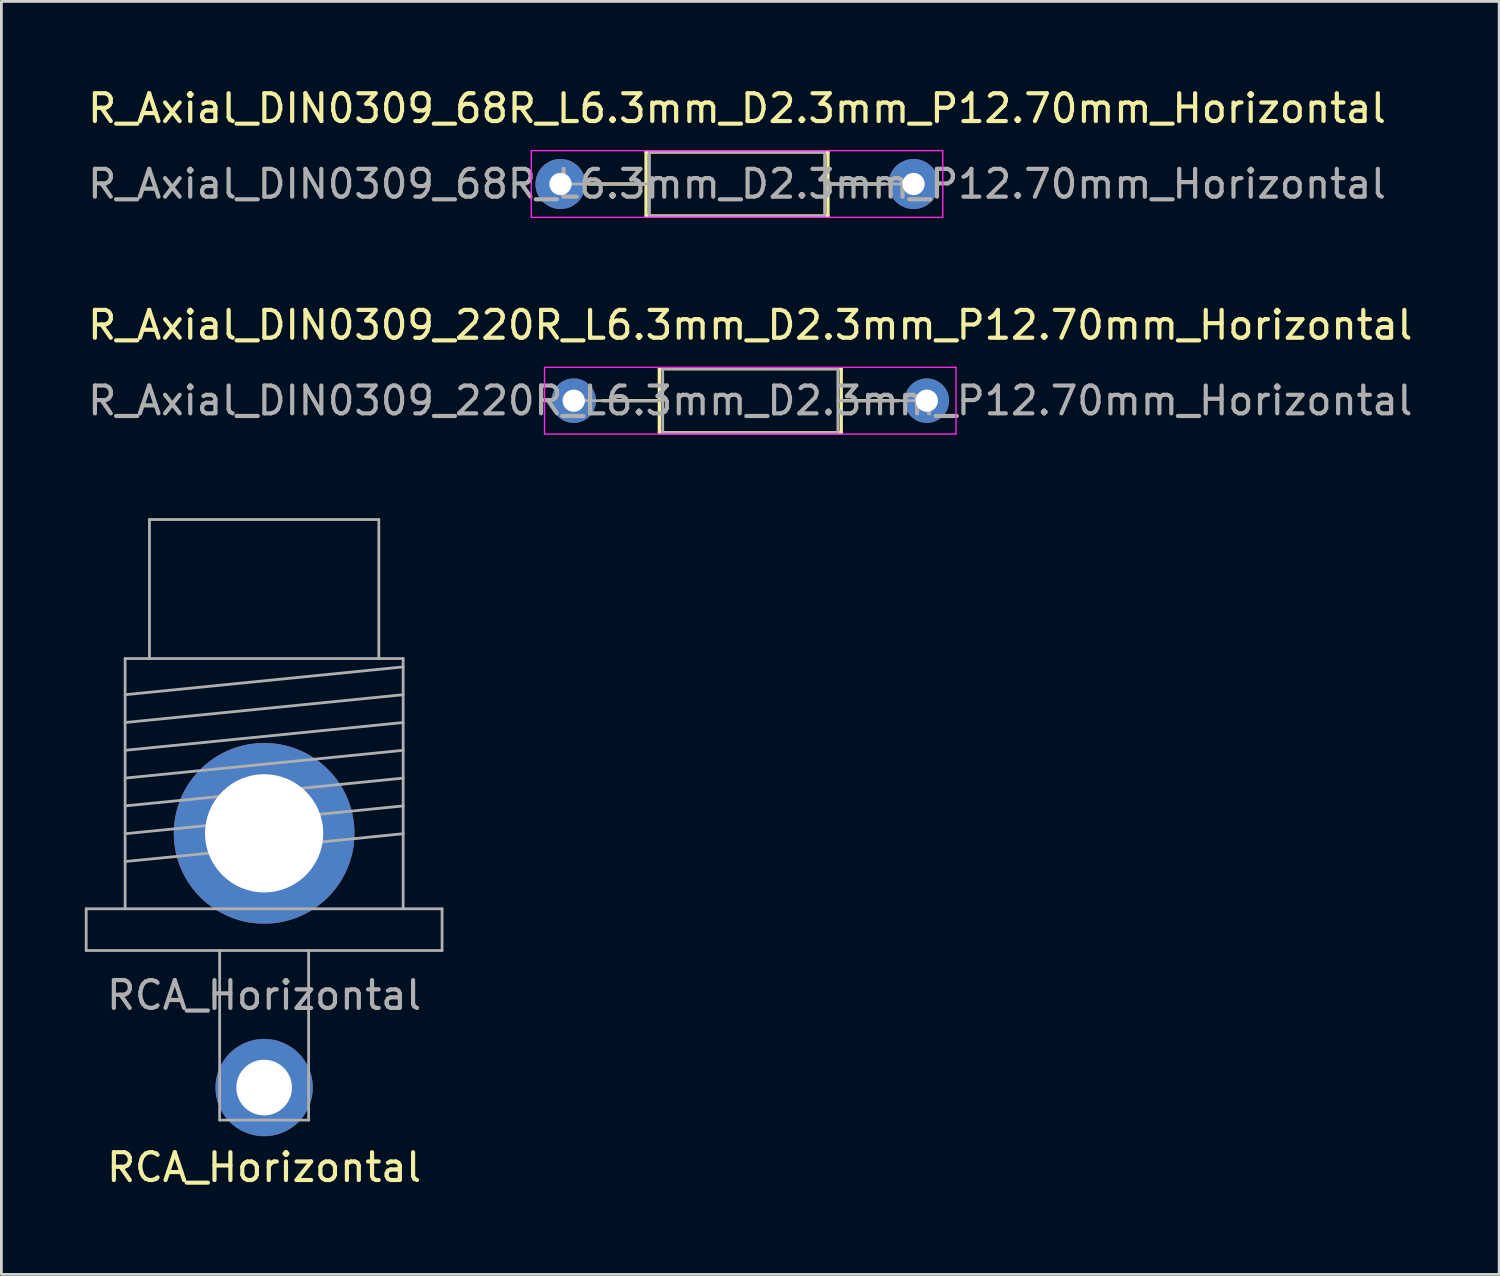
<source format=kicad_pcb>
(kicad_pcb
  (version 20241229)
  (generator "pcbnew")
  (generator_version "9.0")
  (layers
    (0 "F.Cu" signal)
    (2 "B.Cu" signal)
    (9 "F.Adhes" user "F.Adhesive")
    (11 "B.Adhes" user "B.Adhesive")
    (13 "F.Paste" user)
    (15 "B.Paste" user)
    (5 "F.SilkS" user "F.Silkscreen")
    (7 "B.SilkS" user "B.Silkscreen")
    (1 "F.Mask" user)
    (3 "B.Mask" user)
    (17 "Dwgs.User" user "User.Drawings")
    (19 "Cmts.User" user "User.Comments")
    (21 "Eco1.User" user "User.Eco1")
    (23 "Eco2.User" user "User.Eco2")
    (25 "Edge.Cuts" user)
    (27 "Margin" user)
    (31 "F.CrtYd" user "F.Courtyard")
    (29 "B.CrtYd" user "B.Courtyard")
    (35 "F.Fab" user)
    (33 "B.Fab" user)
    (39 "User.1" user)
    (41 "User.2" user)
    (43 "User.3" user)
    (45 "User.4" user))
  (footprint "R_Axial_DIN0309_68R_L6.3mm_D2.3mm_P12.70mm_Horizontal"
    (layer "F.Cu")
    (at 17.108 3.568)
    (property "Reference" "R_Axial_DIN0309_68R_L6.3mm_D2.3mm_P12.70mm_Horizontal" (at 6.35 -2.72 180) (layer "F.SilkS") (effects (font (size 1 1) (thickness 0.15))))
    (attr through_hole)
    (fp_circle (center 0 0) (end 1.1 0) (stroke (width 0) (type solid)) (fill yes) (layer "F.Mask"))
    (fp_circle (center 12.7 0) (end 13.8 0) (stroke (width 0) (type solid)) (fill yes) (layer "F.Mask"))
    (fp_circle (center 0 0) (end 1.1 0) (stroke (width 0) (type solid)) (fill yes) (layer "B.Mask"))
    (fp_circle (center 12.7 0) (end 13.8 0) (stroke (width 0) (type solid)) (fill yes) (layer "B.Mask"))
    (fp_line (start 1.04 0) (end 3.08 0) (stroke (width 0.12) (type solid)) (layer "F.SilkS"))
    (fp_line (start 3.08 -1.15) (end 3.08 1.15) (stroke (width 0.12) (type solid)) (layer "F.SilkS"))
    (fp_line (start 3.08 1.15) (end 9.62 1.15) (stroke (width 0.12) (type solid)) (layer "F.SilkS"))
    (fp_line (start 9.62 -1.15) (end 3.08 -1.15) (stroke (width 0.12) (type solid)) (layer "F.SilkS"))
    (fp_line (start 9.62 1.15) (end 9.62 -1.15) (stroke (width 0.12) (type solid)) (layer "F.SilkS"))
    (fp_line (start 11.66 0) (end 9.62 0) (stroke (width 0.12) (type solid)) (layer "F.SilkS"))
    (fp_line (start -1.05 -1.2) (end -1.05 1.2) (stroke (width 0.05) (type solid)) (layer "F.CrtYd"))
    (fp_line (start -1.05 1.2) (end 13.75 1.2) (stroke (width 0.05) (type solid)) (layer "F.CrtYd"))
    (fp_line (start 13.75 -1.2) (end -1.05 -1.2) (stroke (width 0.05) (type solid)) (layer "F.CrtYd"))
    (fp_line (start 13.75 1.2) (end 13.75 -1.2) (stroke (width 0.05) (type solid)) (layer "F.CrtYd"))
    (fp_line (start 0 0) (end 3.2 0) (stroke (width 0.1) (type solid)) (layer "F.Fab"))
    (fp_line (start 3.2 -1.15) (end 3.2 1.15) (stroke (width 0.1) (type solid)) (layer "F.Fab"))
    (fp_line (start 3.2 1.15) (end 9.5 1.15) (stroke (width 0.1) (type solid)) (layer "F.Fab"))
    (fp_line (start 9.5 -1.15) (end 3.2 -1.15) (stroke (width 0.1) (type solid)) (layer "F.Fab"))
    (fp_line (start 9.5 1.15) (end 9.5 -1.15) (stroke (width 0.1) (type solid)) (layer "F.Fab"))
    (fp_line (start 12.7 0) (end 9.5 0) (stroke (width 0.1) (type solid)) (layer "F.Fab"))
    (fp_text user "${REFERENCE}" (at 6.35 0 180) (layer "F.Fab") (effects (font (size 1 1) (thickness 0.15))))
    (pad "1" thru_hole circle (at 0 0) (size 1.8 1.8) (drill 0.8) (layers "*.Cu" "*.Mask"))
    (pad "2" thru_hole circle (at 12.7 0) (size 1.8 1.8) (drill 0.8) (layers "*.Cu" "*.Mask")))
  (footprint "RCA_Horizontal"
    (layer "F.Cu")
    (at 6.45 36.066)
    (property "Reference" "RCA_Horizontal" (at 0 2.87 0) (layer "F.SilkS") (effects (font (size 1 1) (thickness 0.15))))
    (attr through_hole)
    (fp_circle (center 0 -9.144) (end 3.6 -9.144) (stroke (width 0) (type solid)) (fill yes) (layer "F.Mask"))
    (fp_circle (center 0 0) (end 2 0) (stroke (width 0) (type solid)) (fill yes) (layer "F.Mask"))
    (fp_circle (center 0 -9.144) (end -3.6 -9.144) (stroke (width 0) (type solid)) (fill yes) (layer "B.Mask"))
    (fp_circle (center 0 0) (end -2 0) (stroke (width 0) (type solid)) (fill yes) (layer "B.Mask"))
    (fp_line (start -6.4 -6.43) (end -6.4 -4.93) (stroke (width 0.1) (type solid)) (layer "F.Fab"))
    (fp_line (start -5 -15.43) (end -5 -6.43) (stroke (width 0.1) (type solid)) (layer "F.Fab"))
    (fp_line (start -5 -14.13) (end 5 -15.13) (stroke (width 0.1) (type solid)) (layer "F.Fab"))
    (fp_line (start -5 -13.13) (end 5 -14.13) (stroke (width 0.1) (type solid)) (layer "F.Fab"))
    (fp_line (start -5 -12.13) (end 5 -13.13) (stroke (width 0.1) (type solid)) (layer "F.Fab"))
    (fp_line (start -5 -11.13) (end 5 -12.13) (stroke (width 0.1) (type solid)) (layer "F.Fab"))
    (fp_line (start -5 -10.13) (end 5 -11.13) (stroke (width 0.1) (type solid)) (layer "F.Fab"))
    (fp_line (start -5 -9.13) (end 5 -10.13) (stroke (width 0.1) (type solid)) (layer "F.Fab"))
    (fp_line (start -5 -8.13) (end 5 -9.13) (stroke (width 0.1) (type solid)) (layer "F.Fab"))
    (fp_line (start -4.125 -20.43) (end -4.125 -15.43) (stroke (width 0.1) (type solid)) (layer "F.Fab"))
    (fp_line (start -1.6 -4.93) (end -1.6 1.17) (stroke (width 0.1) (type solid)) (layer "F.Fab"))
    (fp_line (start 1.6 -4.93) (end 1.6 1.17) (stroke (width 0.1) (type solid)) (layer "F.Fab"))
    (fp_line (start 1.6 1.17) (end -1.6 1.17) (stroke (width 0.1) (type solid)) (layer "F.Fab"))
    (fp_line (start 4.125 -20.43) (end -4.125 -20.43) (stroke (width 0.1) (type solid)) (layer "F.Fab"))
    (fp_line (start 4.125 -15.43) (end 4.125 -20.43) (stroke (width 0.1) (type solid)) (layer "F.Fab"))
    (fp_line (start 5 -15.43) (end -5 -15.43) (stroke (width 0.1) (type solid)) (layer "F.Fab"))
    (fp_line (start 5 -6.43) (end 5 -15.43) (stroke (width 0.1) (type solid)) (layer "F.Fab"))
    (fp_line (start 6.4 -6.43) (end -6.4 -6.43) (stroke (width 0.1) (type solid)) (layer "F.Fab"))
    (fp_line (start 6.4 -6.43) (end 6.4 -4.93) (stroke (width 0.1) (type solid)) (layer "F.Fab"))
    (fp_line (start 6.4 -4.93) (end -6.4 -4.93) (stroke (width 0.1) (type solid)) (layer "F.Fab"))
    (fp_poly (pts (xy 0.123 -1.741) (xy 0.212 -1.734) (xy 0.3 -1.723) (xy 0.386 -1.707) (xy 0.471 -1.688) (xy 0.554 -1.664) (xy 0.635 -1.637) (xy 0.714 -1.605) (xy 0.792 -1.57) (xy 0.867 -1.532) (xy 0.941 -1.489) (xy 1.012 -1.444) (xy 1.08 -1.395) (xy 1.146 -1.343) (xy 1.21 -1.288) (xy 1.271 -1.23) (xy 1.329 -1.169) (xy 1.384 -1.106) (xy 1.436 -1.04) (xy 1.484 -0.971) (xy 1.53 -0.9) (xy 1.572 -0.827) (xy 1.611 -0.752) (xy 1.646 -0.674) (xy 1.677 -0.595) (xy 1.705 -0.513) (xy 1.728 -0.43) (xy 1.748 -0.345) (xy 1.763 -0.259) (xy 1.774 -0.172) (xy 1.781 -0.083) (xy 1.783 0.007) (xy 1.781 0.097) (xy 1.774 0.186) (xy 1.763 0.274) (xy 1.748 0.36) (xy 1.728 0.445) (xy 1.705 0.528) (xy 1.677 0.609) (xy 1.646 0.688) (xy 1.611 0.766) (xy 1.572 0.841) (xy 1.53 0.915) (xy 1.484 0.986) (xy 1.436 1.054) (xy 1.384 1.12) (xy 1.329 1.184) (xy 1.271 1.245) (xy 1.21 1.303) (xy 1.146 1.358) (xy 1.08 1.41) (xy 1.012 1.458) (xy 0.941 1.504) (xy 0.867 1.546) (xy 0.792 1.585) (xy 0.714 1.62) (xy 0.635 1.651) (xy 0.554 1.679) (xy 0.471 1.702) (xy 0.386 1.722) (xy 0.3 1.737) (xy 0.212 1.748) (xy 0.123 1.755) (xy 0.033 1.757) (xy -0.057 1.755) (xy -0.146 1.748) (xy -0.233 1.737) (xy -0.319 1.722) (xy -0.404 1.702) (xy -0.487 1.679) (xy -0.568 1.651) (xy -0.648 1.62) (xy -0.725 1.585) (xy -0.801 1.546) (xy -0.874 1.504) (xy -0.945 1.458) (xy -1.014 1.41) (xy -1.08 1.358) (xy -1.143 1.303) (xy -1.204 1.245) (xy -1.262 1.184) (xy -1.317 1.12) (xy -1.369 1.054) (xy -1.418 0.986) (xy -1.463 0.915) (xy -1.505 0.841) (xy -1.544 0.766) (xy -1.579 0.688) (xy -1.611 0.609) (xy -1.638 0.528) (xy -1.662 0.445) (xy -1.681 0.36) (xy -1.697 0.274) (xy -1.708 0.186) (xy -1.714 0.097) (xy -1.717 0.007) (xy -1.714 -0.083) (xy -1.708 -0.172) (xy -1.697 -0.259) (xy -1.681 -0.345) (xy -1.662 -0.43) (xy -1.638 -0.513) (xy -1.611 -0.595) (xy -1.579 -0.674) (xy -1.544 -0.752) (xy -1.505 -0.827) (xy -1.463 -0.9) (xy -1.418 -0.971) (xy -1.369 -1.04) (xy -1.317 -1.106) (xy -1.262 -1.169) (xy -1.204 -1.23) (xy -1.143 -1.288) (xy -1.08 -1.343) (xy -1.014 -1.395) (xy -0.945 -1.444) (xy -0.874 -1.489) (xy -0.801 -1.532) (xy -0.725 -1.57) (xy -0.648 -1.605) (xy -0.568 -1.637) (xy -0.487 -1.664) (xy -0.404 -1.688) (xy -0.319 -1.707) (xy -0.233 -1.723) (xy -0.146 -1.734) (xy -0.057 -1.741) (xy 0.033 -1.743)) (stroke (width 0.1) (type solid)) (fill no) (layer "User.9"))
    (fp_poly (pts (xy 0.201 -12.359) (xy 0.366 -12.346) (xy 0.528 -12.325) (xy 0.688 -12.297) (xy 0.846 -12.261) (xy 1 -12.217) (xy 1.151 -12.166) (xy 1.298 -12.107) (xy 1.442 -12.042) (xy 1.582 -11.971) (xy 1.719 -11.892) (xy 1.85 -11.808) (xy 1.978 -11.717) (xy 2.101 -11.621) (xy 2.218 -11.519) (xy 2.331 -11.411) (xy 2.439 -11.298) (xy 2.541 -11.18) (xy 2.638 -11.057) (xy 2.728 -10.93) (xy 2.813 -10.798) (xy 2.891 -10.662) (xy 2.963 -10.522) (xy 3.028 -10.378) (xy 3.086 -10.23) (xy 3.137 -10.079) (xy 3.181 -9.925) (xy 3.217 -9.768) (xy 3.246 -9.608) (xy 3.266 -9.445) (xy 3.279 -9.28) (xy 3.283 -9.113) (xy 3.279 -8.946) (xy 3.266 -8.781) (xy 3.246 -8.618) (xy 3.217 -8.458) (xy 3.181 -8.301) (xy 3.137 -8.146) (xy 3.086 -7.995) (xy 3.028 -7.848) (xy 2.963 -7.704) (xy 2.891 -7.564) (xy 2.813 -7.428) (xy 2.728 -7.296) (xy 2.638 -7.168) (xy 2.541 -7.046) (xy 2.439 -6.928) (xy 2.331 -6.815) (xy 2.218 -6.707) (xy 2.101 -6.605) (xy 1.978 -6.509) (xy 1.85 -6.418) (xy 1.719 -6.333) (xy 1.582 -6.255) (xy 1.442 -6.183) (xy 1.298 -6.118) (xy 1.151 -6.06) (xy 1 -6.009) (xy 0.846 -5.965) (xy 0.688 -5.929) (xy 0.528 -5.9) (xy 0.366 -5.88) (xy 0.201 -5.867) (xy 0.033 -5.863) (xy -0.134 -5.867) (xy -0.299 -5.88) (xy -0.462 -5.9) (xy -0.622 -5.929) (xy -0.779 -5.965) (xy -0.933 -6.009) (xy -1.084 -6.06) (xy -1.232 -6.118) (xy -1.376 -6.183) (xy -1.516 -6.255) (xy -1.652 -6.333) (xy -1.784 -6.418) (xy -1.911 -6.509) (xy -2.034 -6.605) (xy -2.152 -6.707) (xy -2.265 -6.815) (xy -2.372 -6.928) (xy -2.475 -7.046) (xy -2.571 -7.168) (xy -2.662 -7.296) (xy -2.746 -7.428) (xy -2.824 -7.564) (xy -2.896 -7.704) (xy -2.961 -7.848) (xy -3.02 -7.995) (xy -3.071 -8.146) (xy -3.114 -8.301) (xy -3.151 -8.458) (xy -3.179 -8.618) (xy -3.2 -8.781) (xy -3.213 -8.946) (xy -3.217 -9.113) (xy -3.213 -9.28) (xy -3.2 -9.445) (xy -3.179 -9.608) (xy -3.151 -9.768) (xy -3.114 -9.925) (xy -3.071 -10.079) (xy -3.02 -10.23) (xy -2.961 -10.378) (xy -2.896 -10.522) (xy -2.824 -10.662) (xy -2.746 -10.798) (xy -2.662 -10.93) (xy -2.571 -11.057) (xy -2.475 -11.18) (xy -2.372 -11.298) (xy -2.265 -11.411) (xy -2.152 -11.519) (xy -2.034 -11.621) (xy -1.911 -11.717) (xy -1.784 -11.808) (xy -1.652 -11.892) (xy -1.516 -11.971) (xy -1.376 -12.042) (xy -1.232 -12.107) (xy -1.084 -12.166) (xy -0.933 -12.217) (xy -0.779 -12.261) (xy -0.622 -12.297) (xy -0.462 -12.325) (xy -0.299 -12.346) (xy -0.134 -12.359) (xy 0.033 -12.363)) (stroke (width 0.1) (type solid)) (fill no) (layer "User.9"))
    (fp_text user "${REFERENCE}" (at 0 -3.32 0) (layer "F.Fab") (effects (font (size 1 1) (thickness 0.15))))
    (pad "S" thru_hole circle (at 0 -9.144) (size 6.5 6.5) (drill 4.25) (layers "*.Cu" "*.Mask"))
    (pad "T" thru_hole circle (at 0 0) (size 3.5 3.5) (drill 2) (layers "*.Cu" "*.Mask")))
  (footprint "R_Axial_DIN0309_220R_L6.3mm_D2.3mm_P12.70mm_Horizontal"
    (layer "F.Cu")
    (at 17.585 11.361)
    (property "Reference" "R_Axial_DIN0309_220R_L6.3mm_D2.3mm_P12.70mm_Horizontal" (at 6.35 -2.72 180) (layer "F.SilkS") (effects (font (size 1 1) (thickness 0.15))))
    (attr through_hole)
    (fp_circle (center 0 0) (end -1 0) (stroke (width 0) (type solid)) (fill yes) (layer "F.Mask"))
    (fp_circle (center 12.7 0) (end 11.7 0) (stroke (width 0) (type solid)) (fill yes) (layer "F.Mask"))
    (fp_circle (center 0 0) (end 1 0) (stroke (width 0) (type solid)) (fill yes) (layer "B.Mask"))
    (fp_circle (center 12.7 0) (end 13.7 0) (stroke (width 0) (type solid)) (fill yes) (layer "B.Mask"))
    (fp_line (start 1.04 0) (end 3.08 0) (stroke (width 0.12) (type solid)) (layer "F.SilkS"))
    (fp_line (start 3.08 -1.15) (end 3.08 1.15) (stroke (width 0.12) (type solid)) (layer "F.SilkS"))
    (fp_line (start 3.08 1.15) (end 9.62 1.15) (stroke (width 0.12) (type solid)) (layer "F.SilkS"))
    (fp_line (start 9.62 -1.15) (end 3.08 -1.15) (stroke (width 0.12) (type solid)) (layer "F.SilkS"))
    (fp_line (start 9.62 1.15) (end 9.62 -1.15) (stroke (width 0.12) (type solid)) (layer "F.SilkS"))
    (fp_line (start 11.66 0) (end 9.62 0) (stroke (width 0.12) (type solid)) (layer "F.SilkS"))
    (fp_line (start -1.05 -1.2) (end -1.05 1.2) (stroke (width 0.05) (type solid)) (layer "F.CrtYd"))
    (fp_line (start -1.05 1.2) (end 13.75 1.2) (stroke (width 0.05) (type solid)) (layer "F.CrtYd"))
    (fp_line (start 13.75 -1.2) (end -1.05 -1.2) (stroke (width 0.05) (type solid)) (layer "F.CrtYd"))
    (fp_line (start 13.75 1.2) (end 13.75 -1.2) (stroke (width 0.05) (type solid)) (layer "F.CrtYd"))
    (fp_line (start 0 0) (end 3.2 0) (stroke (width 0.1) (type solid)) (layer "F.Fab"))
    (fp_line (start 3.2 -1.15) (end 3.2 1.15) (stroke (width 0.1) (type solid)) (layer "F.Fab"))
    (fp_line (start 3.2 1.15) (end 9.5 1.15) (stroke (width 0.1) (type solid)) (layer "F.Fab"))
    (fp_line (start 9.5 -1.15) (end 3.2 -1.15) (stroke (width 0.1) (type solid)) (layer "F.Fab"))
    (fp_line (start 9.5 1.15) (end 9.5 -1.15) (stroke (width 0.1) (type solid)) (layer "F.Fab"))
    (fp_line (start 12.7 0) (end 9.5 0) (stroke (width 0.1) (type solid)) (layer "F.Fab"))
    (fp_text user "${REFERENCE}" (at 6.35 0 180) (layer "F.Fab") (effects (font (size 1 1) (thickness 0.15))))
    (pad "1" thru_hole circle (at 0 0) (size 1.6 1.6) (drill 0.8) (layers "*.Cu" "*.Mask"))
    (pad "2" thru_hole oval (at 12.7 0) (size 1.6 1.6) (drill 0.8) (layers "*.Cu" "*.Mask")))
  (gr_rect
    (start -3 -3)
    (end 50.869 42.785)
    (stroke (width 0.1) (type default))
    (fill no)
    (layer "Edge.Cuts")))
</source>
